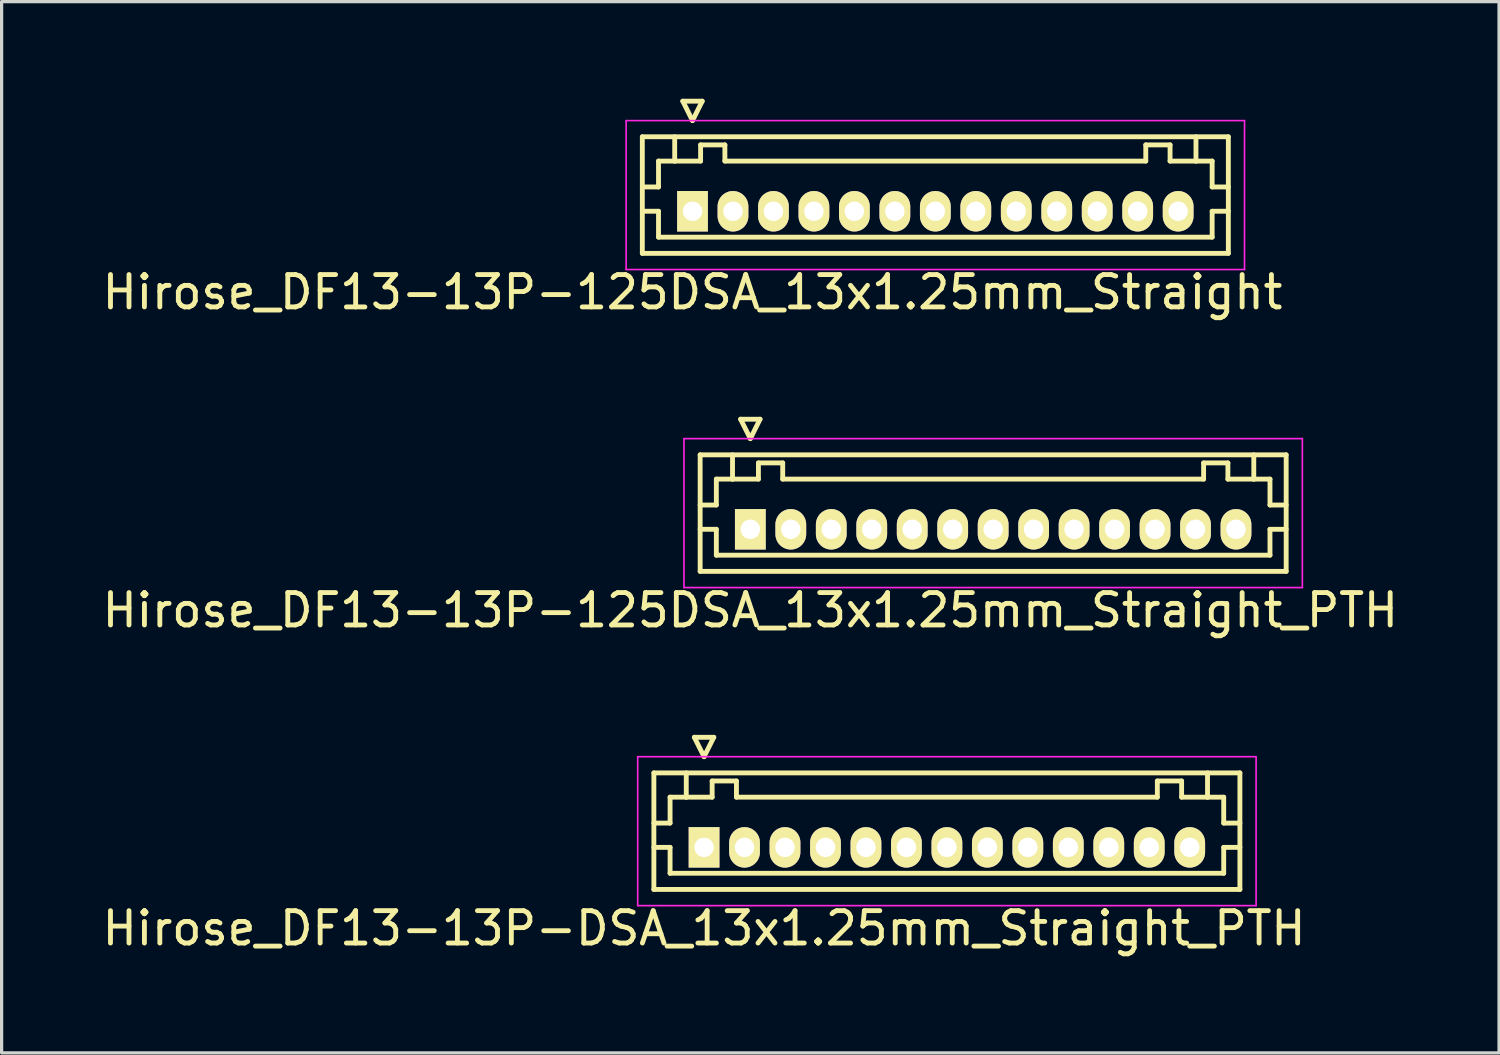
<source format=kicad_pcb>
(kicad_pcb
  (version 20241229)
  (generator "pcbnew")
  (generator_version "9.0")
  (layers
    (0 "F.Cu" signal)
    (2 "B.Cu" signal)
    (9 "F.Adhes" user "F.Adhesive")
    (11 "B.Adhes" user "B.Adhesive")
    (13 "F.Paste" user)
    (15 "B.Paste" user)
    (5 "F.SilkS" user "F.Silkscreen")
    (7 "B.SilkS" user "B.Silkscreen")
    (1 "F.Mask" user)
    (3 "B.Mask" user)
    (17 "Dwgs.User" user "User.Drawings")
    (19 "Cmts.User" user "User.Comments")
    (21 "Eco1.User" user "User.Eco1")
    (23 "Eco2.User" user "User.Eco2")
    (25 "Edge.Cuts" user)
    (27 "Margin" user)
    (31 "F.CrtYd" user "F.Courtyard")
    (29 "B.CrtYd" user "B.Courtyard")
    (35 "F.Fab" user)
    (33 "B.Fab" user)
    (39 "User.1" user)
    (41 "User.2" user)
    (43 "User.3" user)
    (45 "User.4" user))
  (footprint "Hirose_DF13-13P-DSA_13x1.25mm_Straight_PTH"
    (layer "F.Cu")
    (at 18.696 23.122)
    (property "Reference" "Hirose_DF13-13P-DSA_13x1.25mm_Straight_PTH" (at 0 2.5 0) (layer "F.SilkS") (effects (font (size 1 1) (thickness 0.15))))
    (attr through_hole)
    (fp_line (start -1.55 -2.3) (end -1.55 1.3) (stroke (width 0.15) (type solid)) (layer "F.SilkS"))
    (fp_line (start -1.55 -0.75) (end -1.05 -0.75) (stroke (width 0.15) (type solid)) (layer "F.SilkS"))
    (fp_line (start -1.55 0) (end -1.05 0) (stroke (width 0.15) (type solid)) (layer "F.SilkS"))
    (fp_line (start -1.55 1.3) (end 16.55 1.3) (stroke (width 0.15) (type solid)) (layer "F.SilkS"))
    (fp_line (start -1.05 -1.55) (end -0.55 -1.55) (stroke (width 0.15) (type solid)) (layer "F.SilkS"))
    (fp_line (start -1.05 -0.75) (end -1.05 -1.55) (stroke (width 0.15) (type solid)) (layer "F.SilkS"))
    (fp_line (start -1.05 0) (end -1.05 0.8) (stroke (width 0.15) (type solid)) (layer "F.SilkS"))
    (fp_line (start -1.05 0.8) (end 16.05 0.8) (stroke (width 0.15) (type solid)) (layer "F.SilkS"))
    (fp_line (start -0.55 -1.55) (end -0.55 -2.3) (stroke (width 0.15) (type solid)) (layer "F.SilkS"))
    (fp_line (start -0.55 -1.55) (end 0.25 -1.55) (stroke (width 0.15) (type solid)) (layer "F.SilkS"))
    (fp_line (start -0.3 -3.4) (end 0.3 -3.4) (stroke (width 0.15) (type solid)) (layer "F.SilkS"))
    (fp_line (start 0 -2.8) (end -0.3 -3.4) (stroke (width 0.15) (type solid)) (layer "F.SilkS"))
    (fp_line (start 0.25 -2.05) (end 1 -2.05) (stroke (width 0.15) (type solid)) (layer "F.SilkS"))
    (fp_line (start 0.25 -1.55) (end 0.25 -2.05) (stroke (width 0.15) (type solid)) (layer "F.SilkS"))
    (fp_line (start 0.3 -3.4) (end 0 -2.8) (stroke (width 0.15) (type solid)) (layer "F.SilkS"))
    (fp_line (start 1 -2.05) (end 1 -1.55) (stroke (width 0.15) (type solid)) (layer "F.SilkS"))
    (fp_line (start 1 -1.55) (end 14 -1.55) (stroke (width 0.15) (type solid)) (layer "F.SilkS"))
    (fp_line (start 14 -2.05) (end 14.75 -2.05) (stroke (width 0.15) (type solid)) (layer "F.SilkS"))
    (fp_line (start 14 -1.55) (end 14 -2.05) (stroke (width 0.15) (type solid)) (layer "F.SilkS"))
    (fp_line (start 14.75 -2.05) (end 14.75 -1.55) (stroke (width 0.15) (type solid)) (layer "F.SilkS"))
    (fp_line (start 14.75 -1.55) (end 15.55 -1.55) (stroke (width 0.15) (type solid)) (layer "F.SilkS"))
    (fp_line (start 15.55 -1.55) (end 15.55 -2.3) (stroke (width 0.15) (type solid)) (layer "F.SilkS"))
    (fp_line (start 16.05 -1.55) (end 15.55 -1.55) (stroke (width 0.15) (type solid)) (layer "F.SilkS"))
    (fp_line (start 16.05 -0.75) (end 16.05 -1.55) (stroke (width 0.15) (type solid)) (layer "F.SilkS"))
    (fp_line (start 16.05 0) (end 16.55 0) (stroke (width 0.15) (type solid)) (layer "F.SilkS"))
    (fp_line (start 16.05 0.8) (end 16.05 0) (stroke (width 0.15) (type solid)) (layer "F.SilkS"))
    (fp_line (start 16.55 -2.3) (end -1.55 -2.3) (stroke (width 0.15) (type solid)) (layer "F.SilkS"))
    (fp_line (start 16.55 -0.75) (end 16.05 -0.75) (stroke (width 0.15) (type solid)) (layer "F.SilkS"))
    (fp_line (start 16.55 1.3) (end 16.55 -2.3) (stroke (width 0.15) (type solid)) (layer "F.SilkS"))
    (fp_line (start -2.05 -2.8) (end -2.05 1.8) (stroke (width 0.05) (type solid)) (layer "F.CrtYd"))
    (fp_line (start -2.05 1.8) (end 17.05 1.8) (stroke (width 0.05) (type solid)) (layer "F.CrtYd"))
    (fp_line (start 17.05 -2.8) (end -2.05 -2.8) (stroke (width 0.05) (type solid)) (layer "F.CrtYd"))
    (fp_line (start 17.05 1.8) (end 17.05 -2.8) (stroke (width 0.05) (type solid)) (layer "F.CrtYd"))
    (pad "1" thru_hole rect (at 0 0) (size 0.95 1.25) (drill 0.6) (layers "*.Cu" "*.Mask" "F.SilkS"))
    (pad "2" thru_hole oval (at 1.25 0) (size 0.95 1.25) (drill 0.6) (layers "*.Cu" "*.Mask" "F.SilkS"))
    (pad "3" thru_hole oval (at 2.5 0) (size 0.95 1.25) (drill 0.6) (layers "*.Cu" "*.Mask" "F.SilkS"))
    (pad "4" thru_hole oval (at 3.75 0) (size 0.95 1.25) (drill 0.6) (layers "*.Cu" "*.Mask" "F.SilkS"))
    (pad "5" thru_hole oval (at 5 0) (size 0.95 1.25) (drill 0.6) (layers "*.Cu" "*.Mask" "F.SilkS"))
    (pad "6" thru_hole oval (at 6.25 0) (size 0.95 1.25) (drill 0.6) (layers "*.Cu" "*.Mask" "F.SilkS"))
    (pad "7" thru_hole oval (at 7.5 0) (size 0.95 1.25) (drill 0.6) (layers "*.Cu" "*.Mask" "F.SilkS"))
    (pad "8" thru_hole oval (at 8.75 0) (size 0.95 1.25) (drill 0.6) (layers "*.Cu" "*.Mask" "F.SilkS"))
    (pad "9" thru_hole oval (at 10 0) (size 0.95 1.25) (drill 0.6) (layers "*.Cu" "*.Mask" "F.SilkS"))
    (pad "10" thru_hole oval (at 11.25 0) (size 0.95 1.25) (drill 0.6) (layers "*.Cu" "*.Mask" "F.SilkS"))
    (pad "11" thru_hole oval (at 12.5 0) (size 0.95 1.25) (drill 0.6) (layers "*.Cu" "*.Mask" "F.SilkS"))
    (pad "12" thru_hole oval (at 13.75 0) (size 0.95 1.25) (drill 0.6) (layers "*.Cu" "*.Mask" "F.SilkS"))
    (pad "13" thru_hole oval (at 15 0) (size 0.95 1.25) (drill 0.6) (layers "*.Cu" "*.Mask" "F.SilkS")))
  (footprint "Hirose_DF13-13P-125DSA_13x1.25mm_Straight"
    (layer "F.Cu")
    (at 18.339 3.475)
    (property "Reference" "Hirose_DF13-13P-125DSA_13x1.25mm_Straight" (at 0 2.5 0) (layer "F.SilkS") (effects (font (size 1 1) (thickness 0.15))))
    (attr through_hole)
    (fp_line (start -1.55 -2.3) (end -1.55 1.3) (stroke (width 0.15) (type solid)) (layer "F.SilkS"))
    (fp_line (start -1.55 -0.75) (end -1.05 -0.75) (stroke (width 0.15) (type solid)) (layer "F.SilkS"))
    (fp_line (start -1.55 0) (end -1.05 0) (stroke (width 0.15) (type solid)) (layer "F.SilkS"))
    (fp_line (start -1.55 1.3) (end 16.55 1.3) (stroke (width 0.15) (type solid)) (layer "F.SilkS"))
    (fp_line (start -1.05 -1.55) (end -0.55 -1.55) (stroke (width 0.15) (type solid)) (layer "F.SilkS"))
    (fp_line (start -1.05 -0.75) (end -1.05 -1.55) (stroke (width 0.15) (type solid)) (layer "F.SilkS"))
    (fp_line (start -1.05 0) (end -1.05 0.8) (stroke (width 0.15) (type solid)) (layer "F.SilkS"))
    (fp_line (start -1.05 0.8) (end 16.05 0.8) (stroke (width 0.15) (type solid)) (layer "F.SilkS"))
    (fp_line (start -0.55 -1.55) (end -0.55 -2.3) (stroke (width 0.15) (type solid)) (layer "F.SilkS"))
    (fp_line (start -0.55 -1.55) (end 0.25 -1.55) (stroke (width 0.15) (type solid)) (layer "F.SilkS"))
    (fp_line (start -0.3 -3.4) (end 0.3 -3.4) (stroke (width 0.15) (type solid)) (layer "F.SilkS"))
    (fp_line (start 0 -2.8) (end -0.3 -3.4) (stroke (width 0.15) (type solid)) (layer "F.SilkS"))
    (fp_line (start 0.25 -2.05) (end 1 -2.05) (stroke (width 0.15) (type solid)) (layer "F.SilkS"))
    (fp_line (start 0.25 -1.55) (end 0.25 -2.05) (stroke (width 0.15) (type solid)) (layer "F.SilkS"))
    (fp_line (start 0.3 -3.4) (end 0 -2.8) (stroke (width 0.15) (type solid)) (layer "F.SilkS"))
    (fp_line (start 1 -2.05) (end 1 -1.55) (stroke (width 0.15) (type solid)) (layer "F.SilkS"))
    (fp_line (start 1 -1.55) (end 14 -1.55) (stroke (width 0.15) (type solid)) (layer "F.SilkS"))
    (fp_line (start 14 -2.05) (end 14.75 -2.05) (stroke (width 0.15) (type solid)) (layer "F.SilkS"))
    (fp_line (start 14 -1.55) (end 14 -2.05) (stroke (width 0.15) (type solid)) (layer "F.SilkS"))
    (fp_line (start 14.75 -2.05) (end 14.75 -1.55) (stroke (width 0.15) (type solid)) (layer "F.SilkS"))
    (fp_line (start 14.75 -1.55) (end 15.55 -1.55) (stroke (width 0.15) (type solid)) (layer "F.SilkS"))
    (fp_line (start 15.55 -1.55) (end 15.55 -2.3) (stroke (width 0.15) (type solid)) (layer "F.SilkS"))
    (fp_line (start 16.05 -1.55) (end 15.55 -1.55) (stroke (width 0.15) (type solid)) (layer "F.SilkS"))
    (fp_line (start 16.05 -0.75) (end 16.05 -1.55) (stroke (width 0.15) (type solid)) (layer "F.SilkS"))
    (fp_line (start 16.05 0) (end 16.55 0) (stroke (width 0.15) (type solid)) (layer "F.SilkS"))
    (fp_line (start 16.05 0.8) (end 16.05 0) (stroke (width 0.15) (type solid)) (layer "F.SilkS"))
    (fp_line (start 16.55 -2.3) (end -1.55 -2.3) (stroke (width 0.15) (type solid)) (layer "F.SilkS"))
    (fp_line (start 16.55 -0.75) (end 16.05 -0.75) (stroke (width 0.15) (type solid)) (layer "F.SilkS"))
    (fp_line (start 16.55 1.3) (end 16.55 -2.3) (stroke (width 0.15) (type solid)) (layer "F.SilkS"))
    (fp_line (start -2.05 -2.8) (end -2.05 1.8) (stroke (width 0.05) (type solid)) (layer "F.CrtYd"))
    (fp_line (start -2.05 1.8) (end 17.05 1.8) (stroke (width 0.05) (type solid)) (layer "F.CrtYd"))
    (fp_line (start 17.05 -2.8) (end -2.05 -2.8) (stroke (width 0.05) (type solid)) (layer "F.CrtYd"))
    (fp_line (start 17.05 1.8) (end 17.05 -2.8) (stroke (width 0.05) (type solid)) (layer "F.CrtYd"))
    (pad "1" thru_hole rect (at 0 0) (size 0.95 1.25) (drill 0.6) (layers "*.Cu" "*.Mask" "F.SilkS"))
    (pad "2" thru_hole oval (at 1.25 0) (size 0.95 1.25) (drill 0.6) (layers "*.Cu" "*.Mask" "F.SilkS"))
    (pad "3" thru_hole oval (at 2.5 0) (size 0.95 1.25) (drill 0.6) (layers "*.Cu" "*.Mask" "F.SilkS"))
    (pad "4" thru_hole oval (at 3.75 0) (size 0.95 1.25) (drill 0.6) (layers "*.Cu" "*.Mask" "F.SilkS"))
    (pad "5" thru_hole oval (at 5 0) (size 0.95 1.25) (drill 0.6) (layers "*.Cu" "*.Mask" "F.SilkS"))
    (pad "6" thru_hole oval (at 6.25 0) (size 0.95 1.25) (drill 0.6) (layers "*.Cu" "*.Mask" "F.SilkS"))
    (pad "7" thru_hole oval (at 7.5 0) (size 0.95 1.25) (drill 0.6) (layers "*.Cu" "*.Mask" "F.SilkS"))
    (pad "8" thru_hole oval (at 8.75 0) (size 0.95 1.25) (drill 0.6) (layers "*.Cu" "*.Mask" "F.SilkS"))
    (pad "9" thru_hole oval (at 10 0) (size 0.95 1.25) (drill 0.6) (layers "*.Cu" "*.Mask" "F.SilkS"))
    (pad "10" thru_hole oval (at 11.25 0) (size 0.95 1.25) (drill 0.6) (layers "*.Cu" "*.Mask" "F.SilkS"))
    (pad "11" thru_hole oval (at 12.5 0) (size 0.95 1.25) (drill 0.6) (layers "*.Cu" "*.Mask" "F.SilkS"))
    (pad "12" thru_hole oval (at 13.75 0) (size 0.95 1.25) (drill 0.6) (layers "*.Cu" "*.Mask" "F.SilkS"))
    (pad "13" thru_hole oval (at 15 0) (size 0.95 1.25) (drill 0.6) (layers "*.Cu" "*.Mask" "F.SilkS")))
  (footprint "Hirose_DF13-13P-125DSA_13x1.25mm_Straight_PTH"
    (layer "F.Cu")
    (at 20.125 13.298)
    (property "Reference" "Hirose_DF13-13P-125DSA_13x1.25mm_Straight_PTH" (at 0 2.5 0) (layer "F.SilkS") (effects (font (size 1 1) (thickness 0.15))))
    (attr through_hole)
    (fp_line (start -1.55 -2.3) (end -1.55 1.3) (stroke (width 0.15) (type solid)) (layer "F.SilkS"))
    (fp_line (start -1.55 -0.75) (end -1.05 -0.75) (stroke (width 0.15) (type solid)) (layer "F.SilkS"))
    (fp_line (start -1.55 0) (end -1.05 0) (stroke (width 0.15) (type solid)) (layer "F.SilkS"))
    (fp_line (start -1.55 1.3) (end 16.55 1.3) (stroke (width 0.15) (type solid)) (layer "F.SilkS"))
    (fp_line (start -1.05 -1.55) (end -0.55 -1.55) (stroke (width 0.15) (type solid)) (layer "F.SilkS"))
    (fp_line (start -1.05 -0.75) (end -1.05 -1.55) (stroke (width 0.15) (type solid)) (layer "F.SilkS"))
    (fp_line (start -1.05 0) (end -1.05 0.8) (stroke (width 0.15) (type solid)) (layer "F.SilkS"))
    (fp_line (start -1.05 0.8) (end 16.05 0.8) (stroke (width 0.15) (type solid)) (layer "F.SilkS"))
    (fp_line (start -0.55 -1.55) (end -0.55 -2.3) (stroke (width 0.15) (type solid)) (layer "F.SilkS"))
    (fp_line (start -0.55 -1.55) (end 0.25 -1.55) (stroke (width 0.15) (type solid)) (layer "F.SilkS"))
    (fp_line (start -0.3 -3.4) (end 0.3 -3.4) (stroke (width 0.15) (type solid)) (layer "F.SilkS"))
    (fp_line (start 0 -2.8) (end -0.3 -3.4) (stroke (width 0.15) (type solid)) (layer "F.SilkS"))
    (fp_line (start 0.25 -2.05) (end 1 -2.05) (stroke (width 0.15) (type solid)) (layer "F.SilkS"))
    (fp_line (start 0.25 -1.55) (end 0.25 -2.05) (stroke (width 0.15) (type solid)) (layer "F.SilkS"))
    (fp_line (start 0.3 -3.4) (end 0 -2.8) (stroke (width 0.15) (type solid)) (layer "F.SilkS"))
    (fp_line (start 1 -2.05) (end 1 -1.55) (stroke (width 0.15) (type solid)) (layer "F.SilkS"))
    (fp_line (start 1 -1.55) (end 14 -1.55) (stroke (width 0.15) (type solid)) (layer "F.SilkS"))
    (fp_line (start 14 -2.05) (end 14.75 -2.05) (stroke (width 0.15) (type solid)) (layer "F.SilkS"))
    (fp_line (start 14 -1.55) (end 14 -2.05) (stroke (width 0.15) (type solid)) (layer "F.SilkS"))
    (fp_line (start 14.75 -2.05) (end 14.75 -1.55) (stroke (width 0.15) (type solid)) (layer "F.SilkS"))
    (fp_line (start 14.75 -1.55) (end 15.55 -1.55) (stroke (width 0.15) (type solid)) (layer "F.SilkS"))
    (fp_line (start 15.55 -1.55) (end 15.55 -2.3) (stroke (width 0.15) (type solid)) (layer "F.SilkS"))
    (fp_line (start 16.05 -1.55) (end 15.55 -1.55) (stroke (width 0.15) (type solid)) (layer "F.SilkS"))
    (fp_line (start 16.05 -0.75) (end 16.05 -1.55) (stroke (width 0.15) (type solid)) (layer "F.SilkS"))
    (fp_line (start 16.05 0) (end 16.55 0) (stroke (width 0.15) (type solid)) (layer "F.SilkS"))
    (fp_line (start 16.05 0.8) (end 16.05 0) (stroke (width 0.15) (type solid)) (layer "F.SilkS"))
    (fp_line (start 16.55 -2.3) (end -1.55 -2.3) (stroke (width 0.15) (type solid)) (layer "F.SilkS"))
    (fp_line (start 16.55 -0.75) (end 16.05 -0.75) (stroke (width 0.15) (type solid)) (layer "F.SilkS"))
    (fp_line (start 16.55 1.3) (end 16.55 -2.3) (stroke (width 0.15) (type solid)) (layer "F.SilkS"))
    (fp_line (start -2.05 -2.8) (end -2.05 1.8) (stroke (width 0.05) (type solid)) (layer "F.CrtYd"))
    (fp_line (start -2.05 1.8) (end 17.05 1.8) (stroke (width 0.05) (type solid)) (layer "F.CrtYd"))
    (fp_line (start 17.05 -2.8) (end -2.05 -2.8) (stroke (width 0.05) (type solid)) (layer "F.CrtYd"))
    (fp_line (start 17.05 1.8) (end 17.05 -2.8) (stroke (width 0.05) (type solid)) (layer "F.CrtYd"))
    (pad "1" thru_hole rect (at 0 0) (size 0.95 1.25) (drill 0.6) (layers "*.Cu" "*.Mask" "F.SilkS"))
    (pad "2" thru_hole oval (at 1.25 0) (size 0.95 1.25) (drill 0.6) (layers "*.Cu" "*.Mask" "F.SilkS"))
    (pad "3" thru_hole oval (at 2.5 0) (size 0.95 1.25) (drill 0.6) (layers "*.Cu" "*.Mask" "F.SilkS"))
    (pad "4" thru_hole oval (at 3.75 0) (size 0.95 1.25) (drill 0.6) (layers "*.Cu" "*.Mask" "F.SilkS"))
    (pad "5" thru_hole oval (at 5 0) (size 0.95 1.25) (drill 0.6) (layers "*.Cu" "*.Mask" "F.SilkS"))
    (pad "6" thru_hole oval (at 6.25 0) (size 0.95 1.25) (drill 0.6) (layers "*.Cu" "*.Mask" "F.SilkS"))
    (pad "7" thru_hole oval (at 7.5 0) (size 0.95 1.25) (drill 0.6) (layers "*.Cu" "*.Mask" "F.SilkS"))
    (pad "8" thru_hole oval (at 8.75 0) (size 0.95 1.25) (drill 0.6) (layers "*.Cu" "*.Mask" "F.SilkS"))
    (pad "9" thru_hole oval (at 10 0) (size 0.95 1.25) (drill 0.6) (layers "*.Cu" "*.Mask" "F.SilkS"))
    (pad "10" thru_hole oval (at 11.25 0) (size 0.95 1.25) (drill 0.6) (layers "*.Cu" "*.Mask" "F.SilkS"))
    (pad "11" thru_hole oval (at 12.5 0) (size 0.95 1.25) (drill 0.6) (layers "*.Cu" "*.Mask" "F.SilkS"))
    (pad "12" thru_hole oval (at 13.75 0) (size 0.95 1.25) (drill 0.6) (layers "*.Cu" "*.Mask" "F.SilkS"))
    (pad "13" thru_hole oval (at 15 0) (size 0.95 1.25) (drill 0.6) (layers "*.Cu" "*.Mask" "F.SilkS")))
  (gr_rect
    (start -3 -3)
    (end 43.25 29.47)
    (stroke (width 0.1) (type default))
    (fill no)
    (layer "Edge.Cuts")))
</source>
